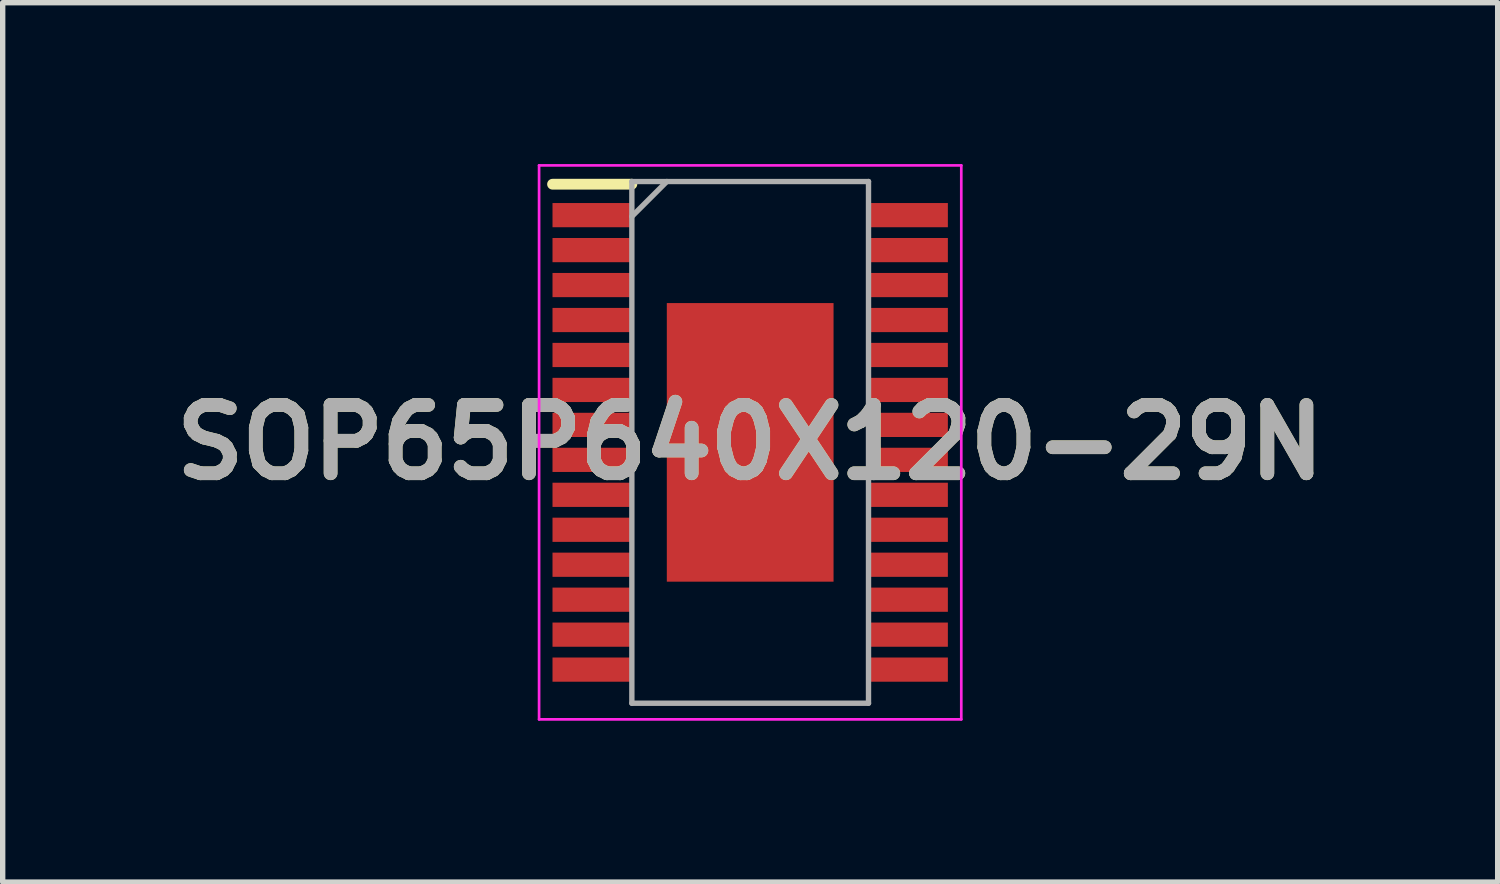
<source format=kicad_pcb>
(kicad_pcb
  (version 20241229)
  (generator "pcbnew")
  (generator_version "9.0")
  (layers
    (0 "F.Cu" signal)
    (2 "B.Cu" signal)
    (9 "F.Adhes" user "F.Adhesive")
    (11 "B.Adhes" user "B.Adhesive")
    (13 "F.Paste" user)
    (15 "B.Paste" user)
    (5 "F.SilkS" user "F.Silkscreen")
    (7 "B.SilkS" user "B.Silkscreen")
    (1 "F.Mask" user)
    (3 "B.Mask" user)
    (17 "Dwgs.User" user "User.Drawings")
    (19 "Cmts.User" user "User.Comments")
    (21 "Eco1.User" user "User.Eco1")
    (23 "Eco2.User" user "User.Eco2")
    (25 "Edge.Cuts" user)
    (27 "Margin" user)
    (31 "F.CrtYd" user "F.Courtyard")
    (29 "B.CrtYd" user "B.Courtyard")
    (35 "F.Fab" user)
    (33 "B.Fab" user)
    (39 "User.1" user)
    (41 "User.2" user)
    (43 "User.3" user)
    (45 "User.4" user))
  (footprint "SOP65P640X120-29N"
    (layer "F.Cu")
    (at 10.898 5.175)
    (property "Reference" "SOP65P640X120-29N" (at 0 0 0) (layer "F.SilkS") (effects (font (size 1.27 1.27) (thickness 0.254))))
    (attr smd)
    (fp_line (start -3.675 -4.8) (end -2.2 -4.8) (stroke (width 0.2) (type solid)) (layer "F.SilkS"))
    (fp_line (start -3.925 -5.15) (end 3.925 -5.15) (stroke (width 0.05) (type solid)) (layer "F.CrtYd"))
    (fp_line (start -3.925 5.15) (end -3.925 -5.15) (stroke (width 0.05) (type solid)) (layer "F.CrtYd"))
    (fp_line (start 3.925 -5.15) (end 3.925 5.15) (stroke (width 0.05) (type solid)) (layer "F.CrtYd"))
    (fp_line (start 3.925 5.15) (end -3.925 5.15) (stroke (width 0.05) (type solid)) (layer "F.CrtYd"))
    (fp_line (start -2.2 -4.85) (end 2.2 -4.85) (stroke (width 0.1) (type solid)) (layer "F.Fab"))
    (fp_line (start -2.2 -4.2) (end -1.55 -4.85) (stroke (width 0.1) (type solid)) (layer "F.Fab"))
    (fp_line (start -2.2 4.85) (end -2.2 -4.85) (stroke (width 0.1) (type solid)) (layer "F.Fab"))
    (fp_line (start 2.2 -4.85) (end 2.2 4.85) (stroke (width 0.1) (type solid)) (layer "F.Fab"))
    (fp_line (start 2.2 4.85) (end -2.2 4.85) (stroke (width 0.1) (type solid)) (layer "F.Fab"))
    (fp_text user "${REFERENCE}" (at 0 0 0) (layer "F.Fab") (effects (font (size 1.27 1.27) (thickness 0.254))))
    (pad "1" smd rect (at -2.938 -4.225 90) (size 0.45 1.475) (layers "F.Cu" "F.Mask" "F.Paste"))
    (pad "2" smd rect (at -2.938 -3.575 90) (size 0.45 1.475) (layers "F.Cu" "F.Mask" "F.Paste"))
    (pad "3" smd rect (at -2.938 -2.925 90) (size 0.45 1.475) (layers "F.Cu" "F.Mask" "F.Paste"))
    (pad "4" smd rect (at -2.938 -2.275 90) (size 0.45 1.475) (layers "F.Cu" "F.Mask" "F.Paste"))
    (pad "5" smd rect (at -2.938 -1.625 90) (size 0.45 1.475) (layers "F.Cu" "F.Mask" "F.Paste"))
    (pad "6" smd rect (at -2.938 -0.975 90) (size 0.45 1.475) (layers "F.Cu" "F.Mask" "F.Paste"))
    (pad "7" smd rect (at -2.938 -0.325 90) (size 0.45 1.475) (layers "F.Cu" "F.Mask" "F.Paste"))
    (pad "8" smd rect (at -2.938 0.325 90) (size 0.45 1.475) (layers "F.Cu" "F.Mask" "F.Paste"))
    (pad "9" smd rect (at -2.938 0.975 90) (size 0.45 1.475) (layers "F.Cu" "F.Mask" "F.Paste"))
    (pad "10" smd rect (at -2.938 1.625 90) (size 0.45 1.475) (layers "F.Cu" "F.Mask" "F.Paste"))
    (pad "11" smd rect (at -2.938 2.275 90) (size 0.45 1.475) (layers "F.Cu" "F.Mask" "F.Paste"))
    (pad "12" smd rect (at -2.938 2.925 90) (size 0.45 1.475) (layers "F.Cu" "F.Mask" "F.Paste"))
    (pad "13" smd rect (at -2.938 3.575 90) (size 0.45 1.475) (layers "F.Cu" "F.Mask" "F.Paste"))
    (pad "14" smd rect (at -2.938 4.225 90) (size 0.45 1.475) (layers "F.Cu" "F.Mask" "F.Paste"))
    (pad "15" smd rect (at 2.938 4.225 90) (size 0.45 1.475) (layers "F.Cu" "F.Mask" "F.Paste"))
    (pad "16" smd rect (at 2.938 3.575 90) (size 0.45 1.475) (layers "F.Cu" "F.Mask" "F.Paste"))
    (pad "17" smd rect (at 2.938 2.925 90) (size 0.45 1.475) (layers "F.Cu" "F.Mask" "F.Paste"))
    (pad "18" smd rect (at 2.938 2.275 90) (size 0.45 1.475) (layers "F.Cu" "F.Mask" "F.Paste"))
    (pad "19" smd rect (at 2.938 1.625 90) (size 0.45 1.475) (layers "F.Cu" "F.Mask" "F.Paste"))
    (pad "20" smd rect (at 2.938 0.975 90) (size 0.45 1.475) (layers "F.Cu" "F.Mask" "F.Paste"))
    (pad "21" smd rect (at 2.938 0.325 90) (size 0.45 1.475) (layers "F.Cu" "F.Mask" "F.Paste"))
    (pad "22" smd rect (at 2.938 -0.325 90) (size 0.45 1.475) (layers "F.Cu" "F.Mask" "F.Paste"))
    (pad "23" smd rect (at 2.938 -0.975 90) (size 0.45 1.475) (layers "F.Cu" "F.Mask" "F.Paste"))
    (pad "24" smd rect (at 2.938 -1.625 90) (size 0.45 1.475) (layers "F.Cu" "F.Mask" "F.Paste"))
    (pad "25" smd rect (at 2.938 -2.275 90) (size 0.45 1.475) (layers "F.Cu" "F.Mask" "F.Paste"))
    (pad "26" smd rect (at 2.938 -2.925 90) (size 0.45 1.475) (layers "F.Cu" "F.Mask" "F.Paste"))
    (pad "27" smd rect (at 2.938 -3.575 90) (size 0.45 1.475) (layers "F.Cu" "F.Mask" "F.Paste"))
    (pad "28" smd rect (at 2.938 -4.225 90) (size 0.45 1.475) (layers "F.Cu" "F.Mask" "F.Paste"))
    (pad "29" smd rect (at 0 0) (size 3.1 5.18) (layers "F.Cu" "F.Mask" "F.Paste")))
  (gr_rect
    (start -3 -3)
    (end 24.796 13.35)
    (stroke (width 0.1) (type default))
    (fill no)
    (layer "Edge.Cuts")))
</source>
